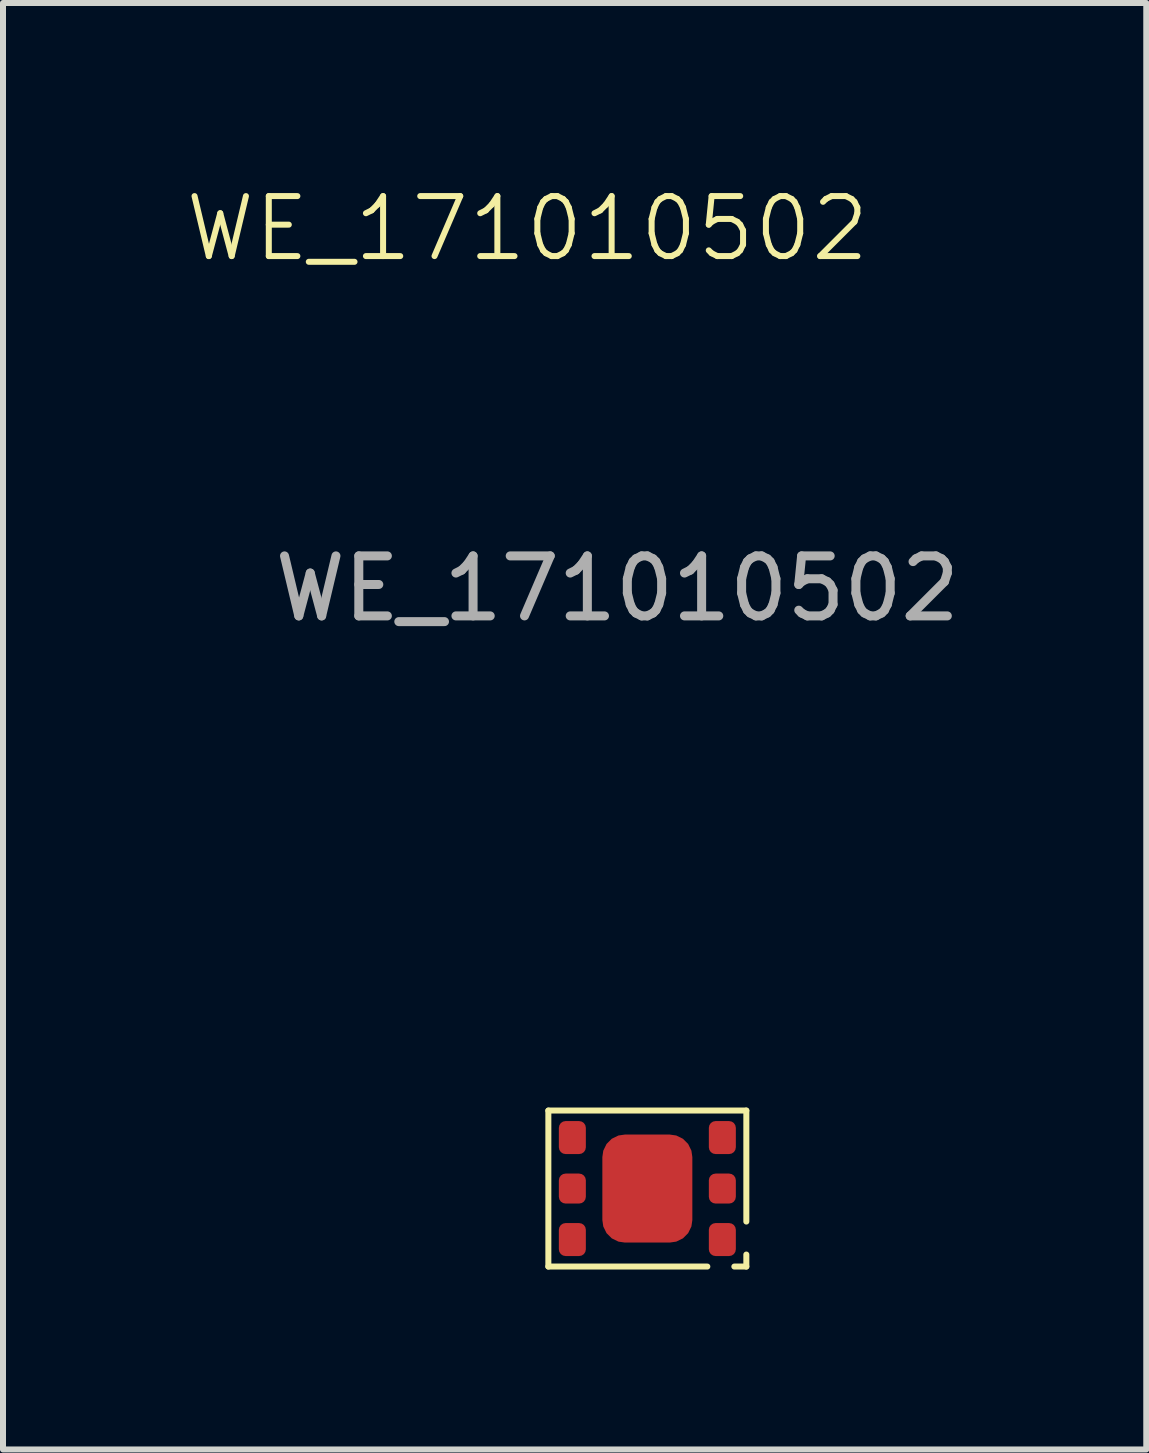
<source format=kicad_pcb>
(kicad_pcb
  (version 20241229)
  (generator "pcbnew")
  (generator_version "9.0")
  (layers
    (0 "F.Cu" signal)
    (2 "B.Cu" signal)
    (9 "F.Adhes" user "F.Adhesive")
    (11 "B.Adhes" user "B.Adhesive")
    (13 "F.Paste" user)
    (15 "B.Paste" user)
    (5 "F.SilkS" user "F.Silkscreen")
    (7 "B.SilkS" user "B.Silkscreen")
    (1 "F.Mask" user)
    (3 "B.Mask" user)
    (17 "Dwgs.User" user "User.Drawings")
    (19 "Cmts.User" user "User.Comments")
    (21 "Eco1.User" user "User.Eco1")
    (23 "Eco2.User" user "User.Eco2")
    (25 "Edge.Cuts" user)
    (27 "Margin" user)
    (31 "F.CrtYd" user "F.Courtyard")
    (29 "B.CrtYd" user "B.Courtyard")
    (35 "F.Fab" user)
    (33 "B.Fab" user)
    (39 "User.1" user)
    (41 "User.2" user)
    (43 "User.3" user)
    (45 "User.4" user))
  (footprint "WE_171010502"
    (layer "F.Cu")
    (at 7.74 16.761)
    (property "Reference" "WE_171010502" (at -2 -16 0) (unlocked yes) (layer "F.SilkS") (effects (font (size 1 1) (thickness 0.1))))
    (attr smd)
    (fp_line (start -1.65 -1.3) (end -1.65 1.3) (stroke (width 0.1) (type default)) (layer "F.SilkS"))
    (fp_line (start -1.65 1.3) (end 1 1.3) (stroke (width 0.1) (type default)) (layer "F.SilkS"))
    (fp_line (start 1.65 -1.3) (end -1.65 -1.3) (stroke (width 0.1) (type default)) (layer "F.SilkS"))
    (fp_line (start 1.65 0.55) (end 1.65 -1.3) (stroke (width 0.1) (type default)) (layer "F.SilkS"))
    (fp_line (start 1.65 1.1) (end 1.65 1.3) (stroke (width 0.1) (type default)) (layer "F.SilkS"))
    (fp_line (start 1.65 1.3) (end 1.45 1.3) (stroke (width 0.1) (type default)) (layer "F.SilkS"))
    (fp_rect (start -0.6 -0.7) (end -0.15 -0.1) (stroke (width 0.1) (type solid)) (fill yes) (layer "F.Paste"))
    (fp_rect (start -0.6 0.1) (end -0.15 0.7) (stroke (width 0.1) (type solid)) (fill yes) (layer "F.Paste"))
    (fp_rect (start 0.15 -0.7) (end 0.6 -0.1) (stroke (width 0.1) (type solid)) (fill yes) (layer "F.Paste"))
    (fp_rect (start 0.15 0.1) (end 0.6 0.7) (stroke (width 0.1) (type solid)) (fill yes) (layer "F.Paste"))
    (fp_text user "${REFERENCE}" (at -0.5 -10 0) (unlocked yes) (layer "F.Fab") (effects (font (size 1 1) (thickness 0.15))))
    (pad "1" smd roundrect (at 1.25 0.85) (size 0.45 0.55) (layers "F.Cu" "F.Mask" "F.Paste") (roundrect_rratio 0.25))
    (pad "2" smd roundrect (at 1.25 0) (size 0.45 0.5) (layers "F.Cu" "F.Mask" "F.Paste") (roundrect_rratio 0.25))
    (pad "3" smd roundrect (at 1.25 -0.85) (size 0.45 0.55) (layers "F.Cu" "F.Mask" "F.Paste") (roundrect_rratio 0.25))
    (pad "4" smd roundrect (at -1.25 -0.85) (size 0.45 0.55) (layers "F.Cu" "F.Mask" "F.Paste") (roundrect_rratio 0.25))
    (pad "5" smd roundrect (at -1.25 0) (size 0.45 0.5) (layers "F.Cu" "F.Mask" "F.Paste") (roundrect_rratio 0.25))
    (pad "6" smd roundrect (at -1.25 0.85) (size 0.45 0.55) (layers "F.Cu" "F.Mask" "F.Paste") (roundrect_rratio 0.25))
    (pad "EP" smd roundrect (at 0 0) (size 1.5 1.8) (layers "F.Cu" "F.Mask") (roundrect_rratio 0.25)))
  (gr_rect
    (start -3 -3)
    (end 16.056 21.11)
    (stroke (width 0.1) (type default))
    (fill no)
    (layer "Edge.Cuts")))
</source>
